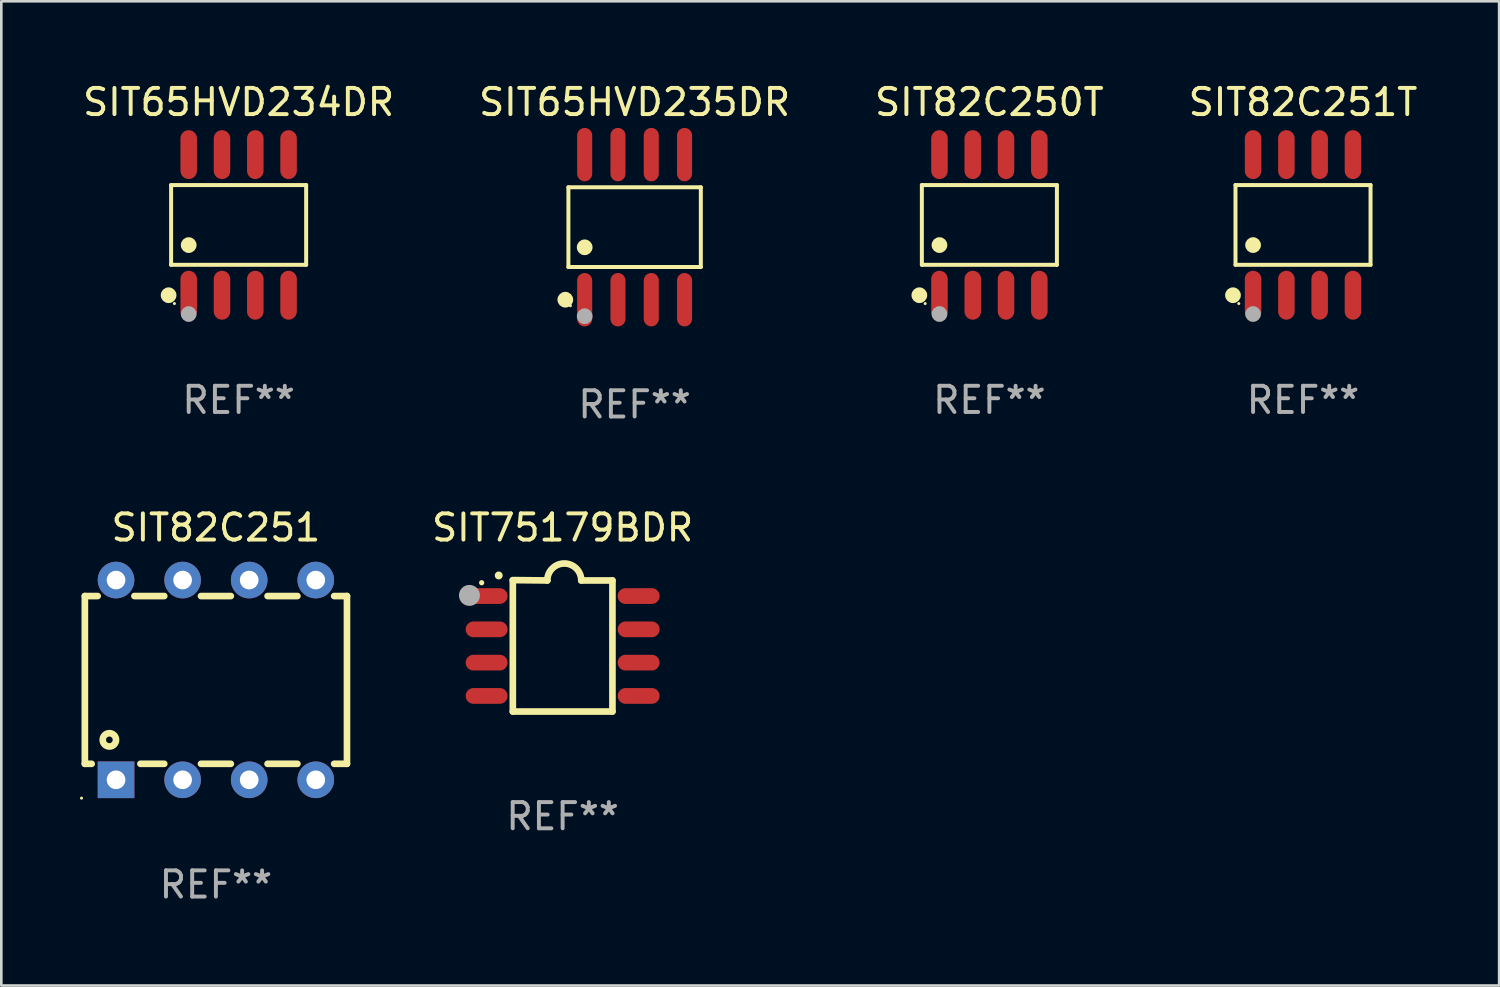
<source format=kicad_pcb>
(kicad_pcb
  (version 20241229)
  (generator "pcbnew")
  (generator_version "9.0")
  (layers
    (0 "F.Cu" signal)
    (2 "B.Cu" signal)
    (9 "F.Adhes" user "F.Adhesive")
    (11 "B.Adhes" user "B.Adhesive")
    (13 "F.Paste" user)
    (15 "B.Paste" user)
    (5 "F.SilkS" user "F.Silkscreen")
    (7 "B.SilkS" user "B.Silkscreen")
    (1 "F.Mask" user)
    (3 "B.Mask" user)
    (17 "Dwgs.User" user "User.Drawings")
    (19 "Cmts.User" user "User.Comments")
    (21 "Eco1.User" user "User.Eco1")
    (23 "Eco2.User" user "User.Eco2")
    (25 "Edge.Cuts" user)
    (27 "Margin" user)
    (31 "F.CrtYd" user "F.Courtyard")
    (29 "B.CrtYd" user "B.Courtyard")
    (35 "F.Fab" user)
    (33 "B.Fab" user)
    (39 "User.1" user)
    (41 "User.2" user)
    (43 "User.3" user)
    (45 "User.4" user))
  (footprint "SIT82C251"
    (layer "F.Cu")
    (at 5.187 22.89)
    (property "Reference" "SIT82C251" (at 0 -5.81 0) (layer "F.SilkS") (effects (font (size 1 1) (thickness 0.15))))
    (attr through_hole)
    (fp_line (start -5 -3.2) (end -5 3.2) (stroke (width 0.254) (type solid)) (layer "F.SilkS"))
    (fp_line (start -5 -3.2) (end -4.511 -3.2) (stroke (width 0.254) (type solid)) (layer "F.SilkS"))
    (fp_line (start -5 3.2) (end -4.74 3.2) (stroke (width 0.254) (type solid)) (layer "F.SilkS"))
    (fp_line (start -3.109 -3.2) (end -1.971 -3.2) (stroke (width 0.254) (type solid)) (layer "F.SilkS"))
    (fp_line (start -2.88 3.2) (end -1.971 3.2) (stroke (width 0.254) (type solid)) (layer "F.SilkS"))
    (fp_line (start -0.569 -3.2) (end 0.569 -3.2) (stroke (width 0.254) (type solid)) (layer "F.SilkS"))
    (fp_line (start -0.569 3.2) (end 0.569 3.2) (stroke (width 0.254) (type solid)) (layer "F.SilkS"))
    (fp_line (start 1.971 -3.2) (end 3.109 -3.2) (stroke (width 0.254) (type solid)) (layer "F.SilkS"))
    (fp_line (start 1.971 3.2) (end 3.109 3.2) (stroke (width 0.254) (type solid)) (layer "F.SilkS"))
    (fp_line (start 4.511 -3.2) (end 5 -3.2) (stroke (width 0.254) (type solid)) (layer "F.SilkS"))
    (fp_line (start 4.511 3.2) (end 5 3.2) (stroke (width 0.254) (type solid)) (layer "F.SilkS"))
    (fp_line (start 5 -3.2) (end 5 3.2) (stroke (width 0.254) (type solid)) (layer "F.SilkS"))
    (fp_circle (center -5.127 4.509) (end -5.097 4.509) (stroke (width 0.06) (type solid)) (fill no) (layer "F.SilkS"))
    (fp_circle (center -4.064 2.286) (end -3.81 2.286) (stroke (width 0.254) (type solid)) (fill no) (layer "F.SilkS"))
    (fp_text user "REF**" (at 0 7.81 0) (layer "F.Fab") (effects (font (size 1 1) (thickness 0.15))))
    (pad "1" thru_hole rect (at -3.81 3.81) (size 1.397 1.397) (drill 0.711) (layers "*.Cu" "*.Mask"))
    (pad "2" thru_hole circle (at -1.27 3.81) (size 1.397 1.397) (drill 0.711) (layers "*.Cu" "*.Mask"))
    (pad "3" thru_hole circle (at 1.27 3.81) (size 1.397 1.397) (drill 0.711) (layers "*.Cu" "*.Mask"))
    (pad "4" thru_hole circle (at 3.81 3.81) (size 1.397 1.397) (drill 0.711) (layers "*.Cu" "*.Mask"))
    (pad "5" thru_hole circle (at 3.81 -3.81) (size 1.397 1.397) (drill 0.711) (layers "*.Cu" "*.Mask"))
    (pad "6" thru_hole circle (at 1.27 -3.81) (size 1.397 1.397) (drill 0.711) (layers "*.Cu" "*.Mask"))
    (pad "7" thru_hole circle (at -1.27 -3.81) (size 1.397 1.397) (drill 0.711) (layers "*.Cu" "*.Mask"))
    (pad "8" thru_hole circle (at -3.81 -3.81) (size 1.397 1.397) (drill 0.711) (layers "*.Cu" "*.Mask")))
  (footprint "SIT82C250T"
    (layer "F.Cu")
    (at 34.696 5.531)
    (property "Reference" "SIT82C250T" (at 0 -4.682 0) (layer "F.SilkS") (effects (font (size 1 1) (thickness 0.15))))
    (attr through_hole)
    (fp_line (start -2.576 -1.521) (end 2.576 -1.521) (stroke (width 0.152) (type solid)) (layer "F.SilkS"))
    (fp_line (start -2.576 1.521) (end -2.576 -1.521) (stroke (width 0.152) (type solid)) (layer "F.SilkS"))
    (fp_line (start 2.576 -1.521) (end 2.576 1.521) (stroke (width 0.152) (type solid)) (layer "F.SilkS"))
    (fp_line (start 2.576 1.521) (end -2.576 1.521) (stroke (width 0.152) (type solid)) (layer "F.SilkS"))
    (fp_circle (center -2.672 2.682) (end -2.522 2.682) (stroke (width 0.3) (type solid)) (fill no) (layer "F.SilkS"))
    (fp_circle (center -2.45 3) (end -2.42 3) (stroke (width 0.06) (type solid)) (fill no) (layer "F.SilkS"))
    (fp_circle (center -1.905 0.769) (end -1.755 0.769) (stroke (width 0.3) (type solid)) (fill no) (layer "F.SilkS"))
    (fp_circle (center -1.905 3.4) (end -1.755 3.4) (stroke (width 0.3) (type solid)) (fill no) (layer "F.Fab"))
    (fp_text user "REF**" (at 0 6.682 0) (layer "F.Fab") (effects (font (size 1 1) (thickness 0.15))))
    (pad "1" smd oval (at -1.905 2.682) (size 0.63 1.865) (layers "F.Cu" "F.Mask" "F.Paste"))
    (pad "2" smd oval (at -0.635 2.682) (size 0.63 1.865) (layers "F.Cu" "F.Mask" "F.Paste"))
    (pad "3" smd oval (at 0.635 2.682) (size 0.63 1.865) (layers "F.Cu" "F.Mask" "F.Paste"))
    (pad "4" smd oval (at 1.905 2.682) (size 0.63 1.865) (layers "F.Cu" "F.Mask" "F.Paste"))
    (pad "5" smd oval (at 1.905 -2.682) (size 0.63 1.865) (layers "F.Cu" "F.Mask" "F.Paste"))
    (pad "6" smd oval (at 0.635 -2.682) (size 0.63 1.865) (layers "F.Cu" "F.Mask" "F.Paste"))
    (pad "7" smd oval (at -0.635 -2.682) (size 0.63 1.865) (layers "F.Cu" "F.Mask" "F.Paste"))
    (pad "8" smd oval (at -1.905 -2.682) (size 0.63 1.865) (layers "F.Cu" "F.Mask" "F.Paste")))
  (footprint "SIT65HVD235DR"
    (layer "F.Cu")
    (at 21.161 5.616)
    (property "Reference" "SIT65HVD235DR" (at 0 -4.768 0) (layer "F.SilkS") (effects (font (size 1 1) (thickness 0.15))))
    (attr through_hole)
    (fp_line (start -2.526 -1.521) (end 2.526 -1.521) (stroke (width 0.152) (type solid)) (layer "F.SilkS"))
    (fp_line (start -2.526 1.521) (end -2.526 -1.521) (stroke (width 0.152) (type solid)) (layer "F.SilkS"))
    (fp_line (start 2.526 -1.521) (end 2.526 1.521) (stroke (width 0.152) (type solid)) (layer "F.SilkS"))
    (fp_line (start 2.526 1.521) (end -2.526 1.521) (stroke (width 0.152) (type solid)) (layer "F.SilkS"))
    (fp_circle (center -2.644 2.768) (end -2.494 2.768) (stroke (width 0.3) (type solid)) (fill no) (layer "F.SilkS"))
    (fp_circle (center -2.45 2.998) (end -2.42 2.998) (stroke (width 0.06) (type solid)) (fill no) (layer "F.SilkS"))
    (fp_circle (center -1.905 0.769) (end -1.755 0.769) (stroke (width 0.3) (type solid)) (fill no) (layer "F.SilkS"))
    (fp_circle (center -1.905 3.398) (end -1.755 3.398) (stroke (width 0.3) (type solid)) (fill no) (layer "F.Fab"))
    (fp_text user "REF**" (at 0 6.768 0) (layer "F.Fab") (effects (font (size 1 1) (thickness 0.15))))
    (pad "1" smd oval (at -1.905 2.768) (size 0.574 2.036) (layers "F.Cu" "F.Mask" "F.Paste"))
    (pad "2" smd oval (at -0.635 2.768) (size 0.574 2.036) (layers "F.Cu" "F.Mask" "F.Paste"))
    (pad "3" smd oval (at 0.635 2.768) (size 0.574 2.036) (layers "F.Cu" "F.Mask" "F.Paste"))
    (pad "4" smd oval (at 1.905 2.768) (size 0.574 2.036) (layers "F.Cu" "F.Mask" "F.Paste"))
    (pad "5" smd oval (at 1.905 -2.768) (size 0.574 2.036) (layers "F.Cu" "F.Mask" "F.Paste"))
    (pad "6" smd oval (at 0.635 -2.768) (size 0.574 2.036) (layers "F.Cu" "F.Mask" "F.Paste"))
    (pad "7" smd oval (at -0.635 -2.768) (size 0.574 2.036) (layers "F.Cu" "F.Mask" "F.Paste"))
    (pad "8" smd oval (at -1.905 -2.768) (size 0.574 2.036) (layers "F.Cu" "F.Mask" "F.Paste")))
  (footprint "SIT75179BDR"
    (layer "F.Cu")
    (at 18.415 21.588)
    (property "Reference" "SIT75179BDR" (at 0 -4.507 0) (layer "F.SilkS") (effects (font (size 1 1) (thickness 0.15))))
    (attr through_hole)
    (fp_line (start -1.905 -2.507) (end -0.584 -2.493) (stroke (width 0.254) (type solid)) (layer "F.SilkS"))
    (fp_line (start -1.9 2.507) (end -1.9 -2.493) (stroke (width 0.254) (type solid)) (layer "F.SilkS"))
    (fp_line (start -1.9 2.507) (end 1.9 2.507) (stroke (width 0.254) (type solid)) (layer "F.SilkS"))
    (fp_line (start 1.9 -2.493) (end 0.711 -2.493) (stroke (width 0.254) (type solid)) (layer "F.SilkS"))
    (fp_line (start 1.9 2.507) (end 1.9 -2.493) (stroke (width 0.254) (type solid)) (layer "F.SilkS"))
    (fp_arc (start -2.438532 -2.682563) (mid -2.438537 -2.683833) (end -2.438532 -2.685103) (stroke (width 0.3) (type solid)) (layer "F.SilkS"))
    (fp_arc (start -0.584328 -2.492064) (mid 0.063057 -3.139764) (end 0.711074 -2.492697) (stroke (width 0.254001) (type solid)) (layer "F.SilkS"))
    (fp_circle (center -3.089 -2.406) (end -3.039 -2.406) (stroke (width 0.1) (type solid)) (fill no) (layer "F.SilkS"))
    (fp_circle (center -3.556 -1.923) (end -3.356 -1.923) (stroke (width 0.4) (type solid)) (fill no) (layer "F.Fab"))
    (fp_text user "REF**" (at 0 6.507 0) (layer "F.Fab") (effects (font (size 1 1) (thickness 0.15))))
    (pad "1" smd oval (at -2.9 -1.898 90) (size 0.6 1.6) (layers "F.Cu" "F.Mask" "F.Paste"))
    (pad "2" smd oval (at -2.9 -0.628 90) (size 0.6 1.6) (layers "F.Cu" "F.Mask" "F.Paste"))
    (pad "3" smd oval (at -2.9 0.642 90) (size 0.6 1.6) (layers "F.Cu" "F.Mask" "F.Paste"))
    (pad "4" smd oval (at -2.9 1.912 90) (size 0.6 1.6) (layers "F.Cu" "F.Mask" "F.Paste"))
    (pad "5" smd oval (at 2.9 1.912 90) (size 0.6 1.6) (layers "F.Cu" "F.Mask" "F.Paste"))
    (pad "6" smd oval (at 2.9 0.642 90) (size 0.6 1.6) (layers "F.Cu" "F.Mask" "F.Paste"))
    (pad "7" smd oval (at 2.9 -0.628 90) (size 0.6 1.6) (layers "F.Cu" "F.Mask" "F.Paste"))
    (pad "8" smd oval (at 2.9 -1.898 90) (size 0.6 1.6) (layers "F.Cu" "F.Mask" "F.Paste")))
  (footprint "SIT65HVD234DR"
    (layer "F.Cu")
    (at 6.054 5.531)
    (property "Reference" "SIT65HVD234DR" (at 0 -4.682 0) (layer "F.SilkS") (effects (font (size 1 1) (thickness 0.15))))
    (attr through_hole)
    (fp_line (start -2.576 -1.521) (end 2.576 -1.521) (stroke (width 0.152) (type solid)) (layer "F.SilkS"))
    (fp_line (start -2.576 1.521) (end -2.576 -1.521) (stroke (width 0.152) (type solid)) (layer "F.SilkS"))
    (fp_line (start 2.576 -1.521) (end 2.576 1.521) (stroke (width 0.152) (type solid)) (layer "F.SilkS"))
    (fp_line (start 2.576 1.521) (end -2.576 1.521) (stroke (width 0.152) (type solid)) (layer "F.SilkS"))
    (fp_circle (center -2.672 2.682) (end -2.522 2.682) (stroke (width 0.3) (type solid)) (fill no) (layer "F.SilkS"))
    (fp_circle (center -2.45 3) (end -2.42 3) (stroke (width 0.06) (type solid)) (fill no) (layer "F.SilkS"))
    (fp_circle (center -1.905 0.769) (end -1.755 0.769) (stroke (width 0.3) (type solid)) (fill no) (layer "F.SilkS"))
    (fp_circle (center -1.905 3.4) (end -1.755 3.4) (stroke (width 0.3) (type solid)) (fill no) (layer "F.Fab"))
    (fp_text user "REF**" (at 0 6.682 0) (layer "F.Fab") (effects (font (size 1 1) (thickness 0.15))))
    (pad "1" smd oval (at -1.905 2.682) (size 0.63 1.865) (layers "F.Cu" "F.Mask" "F.Paste"))
    (pad "2" smd oval (at -0.635 2.682) (size 0.63 1.865) (layers "F.Cu" "F.Mask" "F.Paste"))
    (pad "3" smd oval (at 0.635 2.682) (size 0.63 1.865) (layers "F.Cu" "F.Mask" "F.Paste"))
    (pad "4" smd oval (at 1.905 2.682) (size 0.63 1.865) (layers "F.Cu" "F.Mask" "F.Paste"))
    (pad "5" smd oval (at 1.905 -2.682) (size 0.63 1.865) (layers "F.Cu" "F.Mask" "F.Paste"))
    (pad "6" smd oval (at 0.635 -2.682) (size 0.63 1.865) (layers "F.Cu" "F.Mask" "F.Paste"))
    (pad "7" smd oval (at -0.635 -2.682) (size 0.63 1.865) (layers "F.Cu" "F.Mask" "F.Paste"))
    (pad "8" smd oval (at -1.905 -2.682) (size 0.63 1.865) (layers "F.Cu" "F.Mask" "F.Paste")))
  (footprint "SIT82C251T"
    (layer "F.Cu")
    (at 46.661 5.531)
    (property "Reference" "SIT82C251T" (at 0 -4.682 0) (layer "F.SilkS") (effects (font (size 1 1) (thickness 0.15))))
    (attr through_hole)
    (fp_line (start -2.576 -1.521) (end 2.576 -1.521) (stroke (width 0.152) (type solid)) (layer "F.SilkS"))
    (fp_line (start -2.576 1.521) (end -2.576 -1.521) (stroke (width 0.152) (type solid)) (layer "F.SilkS"))
    (fp_line (start 2.576 -1.521) (end 2.576 1.521) (stroke (width 0.152) (type solid)) (layer "F.SilkS"))
    (fp_line (start 2.576 1.521) (end -2.576 1.521) (stroke (width 0.152) (type solid)) (layer "F.SilkS"))
    (fp_circle (center -2.672 2.682) (end -2.522 2.682) (stroke (width 0.3) (type solid)) (fill no) (layer "F.SilkS"))
    (fp_circle (center -2.45 3) (end -2.42 3) (stroke (width 0.06) (type solid)) (fill no) (layer "F.SilkS"))
    (fp_circle (center -1.905 0.769) (end -1.755 0.769) (stroke (width 0.3) (type solid)) (fill no) (layer "F.SilkS"))
    (fp_circle (center -1.905 3.4) (end -1.755 3.4) (stroke (width 0.3) (type solid)) (fill no) (layer "F.Fab"))
    (fp_text user "REF**" (at 0 6.682 0) (layer "F.Fab") (effects (font (size 1 1) (thickness 0.15))))
    (pad "1" smd oval (at -1.905 2.682) (size 0.63 1.865) (layers "F.Cu" "F.Mask" "F.Paste"))
    (pad "2" smd oval (at -0.635 2.682) (size 0.63 1.865) (layers "F.Cu" "F.Mask" "F.Paste"))
    (pad "3" smd oval (at 0.635 2.682) (size 0.63 1.865) (layers "F.Cu" "F.Mask" "F.Paste"))
    (pad "4" smd oval (at 1.905 2.682) (size 0.63 1.865) (layers "F.Cu" "F.Mask" "F.Paste"))
    (pad "5" smd oval (at 1.905 -2.682) (size 0.63 1.865) (layers "F.Cu" "F.Mask" "F.Paste"))
    (pad "6" smd oval (at 0.635 -2.682) (size 0.63 1.865) (layers "F.Cu" "F.Mask" "F.Paste"))
    (pad "7" smd oval (at -0.635 -2.682) (size 0.63 1.865) (layers "F.Cu" "F.Mask" "F.Paste"))
    (pad "8" smd oval (at -1.905 -2.682) (size 0.63 1.865) (layers "F.Cu" "F.Mask" "F.Paste")))
  (gr_rect
    (start -3 -3)
    (end 54.143 34.549)
    (stroke (width 0.1) (type default))
    (fill no)
    (layer "Edge.Cuts")))
</source>
